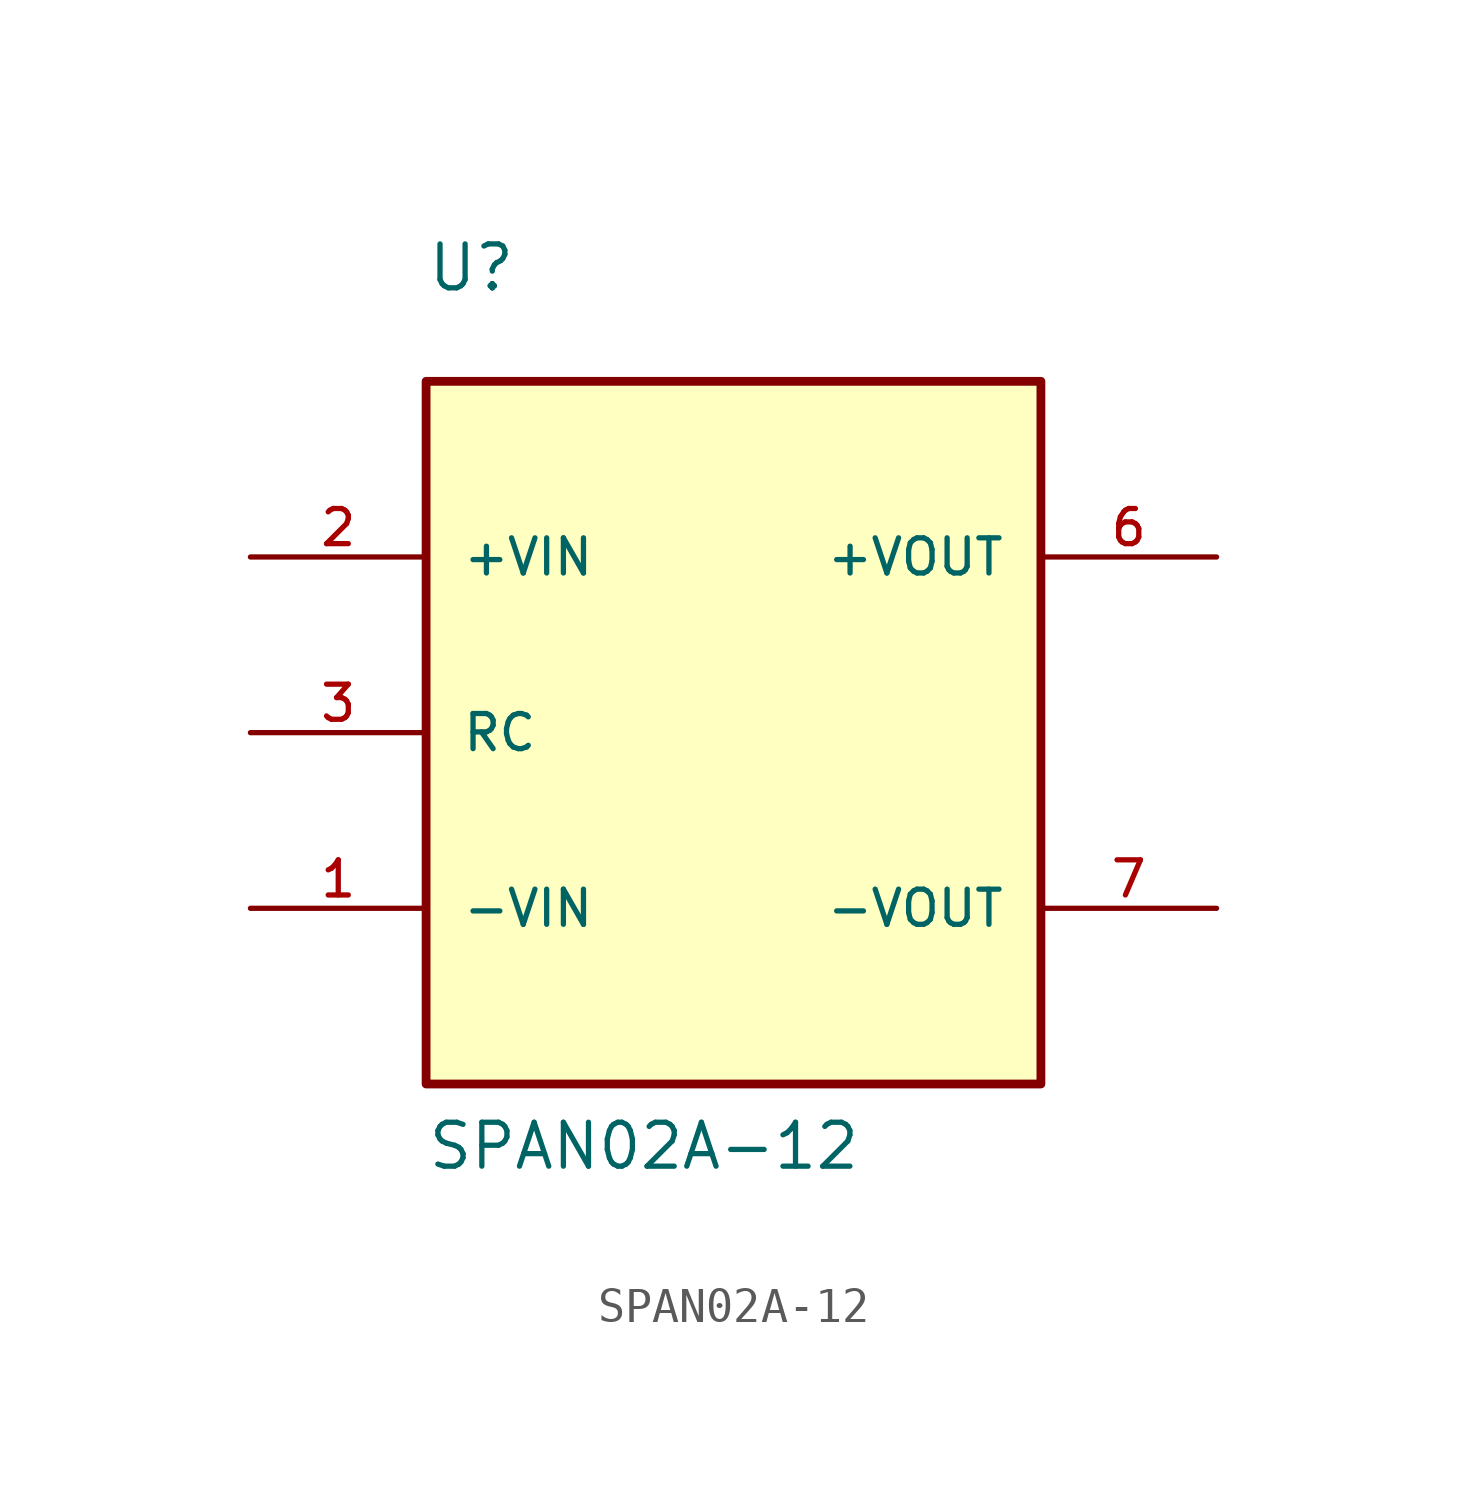
<source format=kicad_sym>
(kicad_symbol_lib
  (version 20211014)
  (generator kicad_symbol_editor)
  (symbol "SPAN02A-12"
    (pin_names
      (offset 1.016))
    (property "Reference" "U"
      (at 0.0 22.86 0)
      (effects (font (size 1.27 1.27)) (justify bottom left)))
    (property "Value" "SPAN02A-12"
      (at 0.0 -2.54 0)
      (effects (font (size 1.27 1.27)) (justify bottom left)))
    (symbol "SPAN02A-12_0_0"
      (rectangle (start 0.0 0.0) (end 17.78 20.32) (stroke (width 0.254)) (fill (type background)))
      (pin bidirectional line (at -5.08 5.08 0) (length 5.08) (name "-VIN" (effects (font (size 1.016 1.016)))) (number "1" (effects (font (size 1.016 1.016)))))
      (pin bidirectional line (at -5.08 10.16 0) (length 5.08) (name "RC" (effects (font (size 1.016 1.016)))) (number "3" (effects (font (size 1.016 1.016)))))
      (pin bidirectional line (at -5.08 15.24 0) (length 5.08) (name "+VIN" (effects (font (size 1.016 1.016)))) (number "2" (effects (font (size 1.016 1.016)))))
      (pin bidirectional line (at 22.86 15.24 180.0) (length 5.08) (name "+VOUT" (effects (font (size 1.016 1.016)))) (number "6" (effects (font (size 1.016 1.016)))))
      (pin bidirectional line (at 22.86 5.08 180.0) (length 5.08) (name "-VOUT" (effects (font (size 1.016 1.016)))) (number "7" (effects (font (size 1.016 1.016))))))))
</source>
